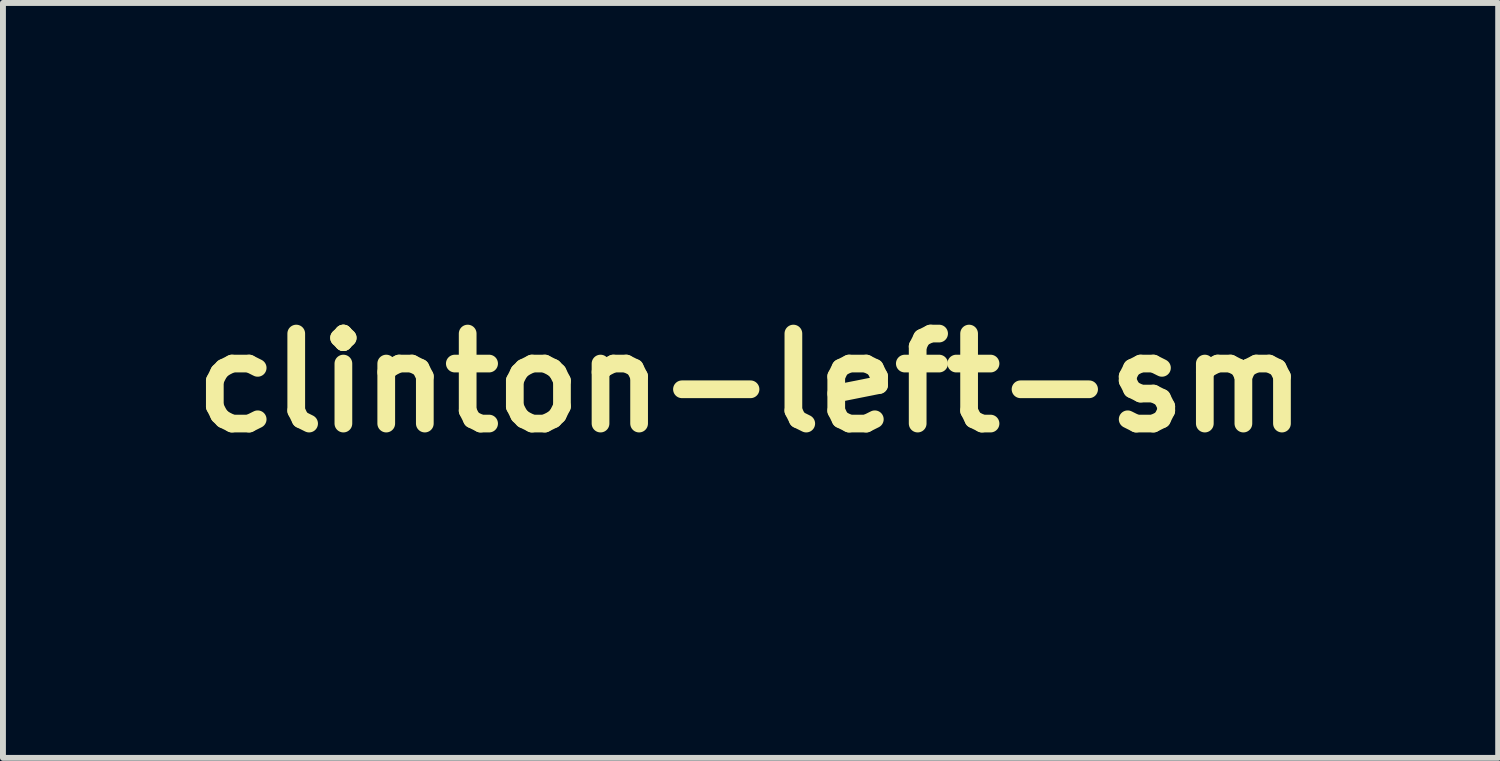
<source format=kicad_pcb>
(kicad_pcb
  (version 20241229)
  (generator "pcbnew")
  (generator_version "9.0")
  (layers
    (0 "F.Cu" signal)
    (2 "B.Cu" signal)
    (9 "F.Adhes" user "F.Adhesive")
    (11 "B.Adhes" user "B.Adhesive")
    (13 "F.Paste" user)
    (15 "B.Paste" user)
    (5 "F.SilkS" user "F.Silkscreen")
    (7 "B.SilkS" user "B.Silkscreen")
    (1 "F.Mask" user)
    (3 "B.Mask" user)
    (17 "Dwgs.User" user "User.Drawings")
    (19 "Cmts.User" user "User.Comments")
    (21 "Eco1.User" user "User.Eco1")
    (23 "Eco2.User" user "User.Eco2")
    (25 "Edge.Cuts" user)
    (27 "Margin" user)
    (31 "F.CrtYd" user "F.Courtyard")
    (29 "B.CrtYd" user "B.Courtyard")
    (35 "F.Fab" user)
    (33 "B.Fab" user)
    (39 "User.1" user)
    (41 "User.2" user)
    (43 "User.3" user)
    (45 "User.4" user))
  (footprint "clinton-left-sm"
    (layer "F.Cu")
    (at 9.659 3.433)
    (property "Reference" "clinton-left-sm" (at 0 0 0) (layer "F.SilkS") (effects (font (size 1.524 1.524) (thickness 0.3))))
    (attr through_hole)
    (fp_poly (pts (xy 2.963 -2.18) (xy 2.942 -2.159) (xy 2.921 -2.18) (xy 2.942 -2.201) (xy 2.963 -2.18)) (stroke (width 0.01) (type solid)) (fill yes) (layer "F.Mask"))
    (fp_poly (pts (xy 3.302 -2.942) (xy 3.281 -2.921) (xy 3.26 -2.942) (xy 3.281 -2.963) (xy 3.302 -2.942)) (stroke (width 0.01) (type solid)) (fill yes) (layer "F.Mask"))
    (fp_poly (pts (xy 3.387 -2.688) (xy 3.365 -2.667) (xy 3.344 -2.688) (xy 3.365 -2.709) (xy 3.387 -2.688)) (stroke (width 0.01) (type solid)) (fill yes) (layer "F.Mask"))
    (fp_poly (pts (xy 3.471 -2.688) (xy 3.45 -2.667) (xy 3.429 -2.688) (xy 3.45 -2.709) (xy 3.471 -2.688)) (stroke (width 0.01) (type solid)) (fill yes) (layer "F.Mask"))
    (fp_poly (pts (xy 4.149 -1.63) (xy 4.128 -1.609) (xy 4.106 -1.63) (xy 4.128 -1.651) (xy 4.149 -1.63)) (stroke (width 0.01) (type solid)) (fill yes) (layer "F.Mask"))
    (fp_poly (pts (xy 2.952 -2.015) (xy 2.939 -1.996) (xy 2.896 -1.993) (xy 2.851 -2.003) (xy 2.871 -2.019) (xy 2.937 -2.024) (xy 2.952 -2.015)) (stroke (width 0.01) (type solid)) (fill yes) (layer "F.Mask"))
    (fp_poly (pts (xy 3.203 0.734) (xy 3.197 0.759) (xy 3.175 0.762) (xy 3.14 0.747) (xy 3.147 0.734) (xy 3.197 0.729) (xy 3.203 0.734)) (stroke (width 0.01) (type solid)) (fill yes) (layer "F.Mask"))
    (fp_poly (pts (xy 3.44 -3.33) (xy 3.445 -3.315) (xy 3.387 -3.309) (xy 3.327 -3.315) (xy 3.334 -3.33) (xy 3.42 -3.336) (xy 3.44 -3.33)) (stroke (width 0.01) (type solid)) (fill yes) (layer "F.Mask"))
    (fp_poly (pts (xy 2.383 -1.79) (xy 2.392 -1.778) (xy 2.407 -1.74) (xy 2.367 -1.754) (xy 2.328 -1.778) (xy 2.296 -1.812) (xy 2.315 -1.82) (xy 2.383 -1.79)) (stroke (width 0.01) (type solid)) (fill yes) (layer "F.Mask"))
    (fp_poly (pts (xy 3.196 -2.667) (xy 3.151 -2.631) (xy 3.102 -2.626) (xy 3.09 -2.641) (xy 3.124 -2.668) (xy 3.156 -2.683) (xy 3.2 -2.686) (xy 3.196 -2.667)) (stroke (width 0.01) (type solid)) (fill yes) (layer "F.Mask"))
    (fp_poly (pts (xy 4.446 -2.895) (xy 4.507 -2.811) (xy 4.523 -2.74) (xy 4.499 -2.727) (xy 4.452 -2.79) (xy 4.431 -2.83) (xy 4.354 -2.985) (xy 4.446 -2.895)) (stroke (width 0.01) (type solid)) (fill yes) (layer "F.Mask"))
    (fp_poly (pts (xy 2.411 -0.985) (xy 2.413 -0.974) (xy 2.399 -0.932) (xy 2.394 -0.931) (xy 2.358 -0.961) (xy 2.349 -0.974) (xy 2.353 -1.013) (xy 2.368 -1.016) (xy 2.411 -0.985)) (stroke (width 0.01) (type solid)) (fill yes) (layer "F.Mask"))
    (fp_poly (pts (xy 2.879 -3.03) (xy 2.846 -2.996) (xy 2.794 -2.963) (xy 2.729 -2.936) (xy 2.709 -2.939) (xy 2.742 -2.973) (xy 2.794 -3.006) (xy 2.859 -3.033) (xy 2.879 -3.03)) (stroke (width 0.01) (type solid)) (fill yes) (layer "F.Mask"))
    (fp_poly (pts (xy 3.048 -1.756) (xy 3.069 -1.736) (xy 3.086 -1.703) (xy 3.061 -1.704) (xy 2.985 -1.736) (xy 2.931 -1.764) (xy 2.955 -1.774) (xy 2.971 -1.775) (xy 3.048 -1.756)) (stroke (width 0.01) (type solid)) (fill yes) (layer "F.Mask"))
    (fp_poly (pts (xy 3.089 0.923) (xy 3.106 0.953) (xy 3.119 1.008) (xy 3.115 1.016) (xy 3.08 0.988) (xy 3.048 0.953) (xy 3.022 0.901) (xy 3.038 0.889) (xy 3.089 0.923)) (stroke (width 0.01) (type solid)) (fill yes) (layer "F.Mask"))
    (fp_poly (pts (xy 3.203 -2.895) (xy 3.196 -2.879) (xy 3.14 -2.838) (xy 3.128 -2.836) (xy 3.105 -2.862) (xy 3.111 -2.879) (xy 3.168 -2.919) (xy 3.18 -2.921) (xy 3.203 -2.895)) (stroke (width 0.01) (type solid)) (fill yes) (layer "F.Mask"))
    (fp_poly (pts (xy 3.669 -2.818) (xy 3.641 -2.794) (xy 3.563 -2.758) (xy 3.535 -2.753) (xy 3.527 -2.77) (xy 3.556 -2.794) (xy 3.633 -2.83) (xy 3.662 -2.835) (xy 3.669 -2.818)) (stroke (width 0.01) (type solid)) (fill yes) (layer "F.Mask"))
    (fp_poly (pts (xy 3.754 -2.733) (xy 3.725 -2.709) (xy 3.648 -2.674) (xy 3.619 -2.668) (xy 3.612 -2.686) (xy 3.641 -2.709) (xy 3.718 -2.745) (xy 3.747 -2.75) (xy 3.754 -2.733)) (stroke (width 0.01) (type solid)) (fill yes) (layer "F.Mask"))
    (fp_poly (pts (xy 3.046 -1.925) (xy 3.09 -1.905) (xy 3.124 -1.874) (xy 3.084 -1.872) (xy 2.976 -1.901) (xy 2.963 -1.905) (xy 2.898 -1.93) (xy 2.91 -1.94) (xy 2.942 -1.942) (xy 3.046 -1.925)) (stroke (width 0.01) (type solid)) (fill yes) (layer "F.Mask"))
    (fp_poly (pts (xy 4.482 -2.262) (xy 4.451 -2.171) (xy 4.425 -2.111) (xy 4.385 -2.029) (xy 4.365 -2.024) (xy 4.362 -2.056) (xy 4.386 -2.159) (xy 4.422 -2.225) (xy 4.472 -2.28) (xy 4.482 -2.262)) (stroke (width 0.01) (type solid)) (fill yes) (layer "F.Mask"))
    (fp_poly (pts (xy 4.565 -2.558) (xy 4.567 -2.504) (xy 4.538 -2.427) (xy 4.53 -2.413) (xy 4.499 -2.379) (xy 4.488 -2.421) (xy 4.488 -2.442) (xy 4.505 -2.528) (xy 4.53 -2.561) (xy 4.565 -2.558)) (stroke (width 0.01) (type solid)) (fill yes) (layer "F.Mask"))
    (fp_poly (pts (xy 2.099 -2.292) (xy 2.128 -2.209) (xy 2.147 -2.116) (xy 2.146 -2.051) (xy 2.142 -2.043) (xy 2.111 -2.06) (xy 2.078 -2.11) (xy 2.04 -2.212) (xy 2.036 -2.294) (xy 2.069 -2.328) (xy 2.069 -2.328) (xy 2.099 -2.292)) (stroke (width 0.01) (type solid)) (fill yes) (layer "F.Mask"))
    (fp_poly (pts (xy 2.177 -2.74) (xy 2.155 -2.642) (xy 2.154 -2.638) (xy 2.116 -2.5) (xy 2.094 -2.439) (xy 2.083 -2.449) (xy 2.078 -2.525) (xy 2.078 -2.545) (xy 2.091 -2.663) (xy 2.13 -2.745) (xy 2.135 -2.75) (xy 2.171 -2.771) (xy 2.177 -2.74)) (stroke (width 0.01) (type solid)) (fill yes) (layer "F.Mask"))
    (fp_poly (pts (xy 4.064 -2.322) (xy 4.17 -2.29) (xy 4.064 -2.293) (xy 3.954 -2.292) (xy 3.915 -2.278) (xy 3.932 -2.243) (xy 3.946 -2.228) (xy 4.016 -2.188) (xy 4.053 -2.19) (xy 4.101 -2.196) (xy 4.106 -2.189) (xy 4.075 -2.15) (xy 3.999 -2.154) (xy 3.904 -2.197) (xy 3.872 -2.22) (xy 3.752 -2.316) (xy 3.855 -2.335) (xy 3.979 -2.337) (xy 4.064 -2.322)) (stroke (width 0.01) (type solid)) (fill yes) (layer "F.Mask"))
    (fp_poly (pts (xy 3.118 -3.42) (xy 3.193 -3.402) (xy 3.187 -3.381) (xy 3.101 -3.362) (xy 2.982 -3.355) (xy 2.742 -3.33) (xy 2.556 -3.262) (xy 2.4 -3.139) (xy 2.261 -2.964) (xy 2.2 -2.885) (xy 2.163 -2.856) (xy 2.159 -2.862) (xy 2.182 -2.921) (xy 2.241 -3.019) (xy 2.282 -3.078) (xy 2.455 -3.251) (xy 2.675 -3.371) (xy 2.913 -3.427) (xy 2.966 -3.428) (xy 3.118 -3.42)) (stroke (width 0.01) (type solid)) (fill yes) (layer "F.Mask"))
    (fp_poly (pts (xy 3.625 -2.915) (xy 3.722 -2.907) (xy 3.767 -2.89) (xy 3.768 -2.888) (xy 3.732 -2.867) (xy 3.646 -2.869) (xy 3.524 -2.867) (xy 3.436 -2.84) (xy 3.356 -2.817) (xy 3.325 -2.833) (xy 3.325 -2.857) (xy 3.344 -2.857) (xy 3.365 -2.836) (xy 3.387 -2.857) (xy 3.365 -2.879) (xy 3.344 -2.857) (xy 3.325 -2.857) (xy 3.324 -2.883) (xy 3.333 -2.89) (xy 3.401 -2.907) (xy 3.509 -2.915) (xy 3.625 -2.915)) (stroke (width 0.01) (type solid)) (fill yes) (layer "F.Mask"))
    (fp_poly (pts (xy 3.831 -3.359) (xy 3.992 -3.325) (xy 4.113 -3.254) (xy 4.18 -3.191) (xy 4.262 -3.097) (xy 4.312 -3.025) (xy 4.318 -3.006) (xy 4.315 -2.974) (xy 4.296 -2.976) (xy 4.249 -3.02) (xy 4.16 -3.117) (xy 4.145 -3.133) (xy 4.054 -3.229) (xy 3.977 -3.279) (xy 3.881 -3.299) (xy 3.743 -3.303) (xy 3.604 -3.307) (xy 3.544 -3.321) (xy 3.556 -3.344) (xy 3.633 -3.363) (xy 3.758 -3.366) (xy 3.831 -3.359)) (stroke (width 0.01) (type solid)) (fill yes) (layer "F.Mask"))
    (fp_poly (pts (xy 2.668 -2.064) (xy 2.708 -2.009) (xy 2.709 -1.992) (xy 2.69 -1.911) (xy 2.667 -1.884) (xy 2.628 -1.887) (xy 2.625 -1.903) (xy 2.588 -1.935) (xy 2.511 -1.947) (xy 2.433 -1.951) (xy 2.433 -1.972) (xy 2.479 -2.009) (xy 2.495 -2.018) (xy 2.554 -2.018) (xy 2.56 -1.993) (xy 2.582 -1.99) (xy 2.617 -2.005) (xy 2.611 -2.018) (xy 2.56 -2.023) (xy 2.554 -2.018) (xy 2.495 -2.018) (xy 2.585 -2.065) (xy 2.668 -2.064)) (stroke (width 0.01) (type solid)) (fill yes) (layer "F.Mask"))
    (fp_poly (pts (xy 4.38 -1.812) (xy 4.413 -1.611) (xy 4.367 -1.412) (xy 4.263 -1.25) (xy 4.193 -1.184) (xy 4.147 -1.18) (xy 4.119 -1.204) (xy 4.091 -1.265) (xy 4.129 -1.314) (xy 4.179 -1.393) (xy 4.197 -1.476) (xy 4.203 -1.547) (xy 4.212 -1.536) (xy 4.221 -1.494) (xy 4.216 -1.383) (xy 4.191 -1.304) (xy 4.172 -1.255) (xy 4.195 -1.268) (xy 4.255 -1.333) (xy 4.317 -1.414) (xy 4.346 -1.493) (xy 4.351 -1.6) (xy 4.343 -1.714) (xy 4.321 -1.968) (xy 4.38 -1.812)) (stroke (width 0.01) (type solid)) (fill yes) (layer "F.Mask"))
    (fp_poly (pts (xy 2.304 -0.266) (xy 2.444 -0.225) (xy 2.465 -0.217) (xy 2.569 -0.164) (xy 2.619 -0.123) (xy 2.608 -0.105) (xy 2.539 -0.115) (xy 2.438 -0.105) (xy 2.373 -0.065) (xy 2.292 -0.018) (xy 2.209 -0.038) (xy 2.138 -0.06) (xy 2.1 -0.019) (xy 2.1 -0.017) (xy 2.093 0.071) (xy 2.142 0.12) (xy 2.224 0.127) (xy 2.32 0.091) (xy 2.408 0.011) (xy 2.465 -0.054) (xy 2.495 -0.065) (xy 2.496 -0.059) (xy 2.473 0.005) (xy 2.415 0.094) (xy 2.41 0.1) (xy 2.307 0.184) (xy 2.194 0.21) (xy 2.097 0.173) (xy 2.082 0.157) (xy 2.056 0.084) (xy 2.044 -0.036) (xy 2.045 -0.086) (xy 2.054 -0.203) (xy 2.073 -0.243) (xy 2.08 -0.243) (xy 2.082 -0.214) (xy 2.127 -0.161) (xy 2.148 -0.144) (xy 2.224 -0.095) (xy 2.282 -0.1) (xy 2.352 -0.148) (xy 2.402 -0.191) (xy 2.386 -0.205) (xy 2.306 -0.203) (xy 2.197 -0.207) (xy 2.126 -0.227) (xy 2.08 -0.243) (xy 2.073 -0.243) (xy 2.08 -0.259) (xy 2.139 -0.278) (xy 2.18 -0.28) (xy 2.304 -0.266)) (stroke (width 0.01) (type solid)) (fill yes) (layer "F.Mask"))
    (fp_poly (pts (xy 2.65 -2.964) (xy 2.651 -2.911) (xy 2.671 -2.831) (xy 2.705 -2.803) (xy 2.742 -2.807) (xy 2.734 -2.831) (xy 2.739 -2.872) (xy 2.773 -2.879) (xy 2.818 -2.857) (xy 2.813 -2.832) (xy 2.81 -2.807) (xy 2.868 -2.831) (xy 2.871 -2.832) (xy 2.953 -2.872) (xy 2.986 -2.865) (xy 2.992 -2.815) (xy 2.967 -2.757) (xy 2.946 -2.749) (xy 2.941 -2.733) (xy 2.985 -2.709) (xy 3.038 -2.681) (xy 3.014 -2.671) (xy 2.998 -2.67) (xy 2.921 -2.689) (xy 2.9 -2.709) (xy 2.838 -2.75) (xy 2.823 -2.751) (xy 2.799 -2.739) (xy 2.828 -2.716) (xy 2.852 -2.67) (xy 2.811 -2.62) (xy 2.723 -2.581) (xy 2.632 -2.566) (xy 2.51 -2.536) (xy 2.407 -2.448) (xy 2.312 -2.295) (xy 2.26 -2.199) (xy 2.228 -2.164) (xy 2.199 -2.176) (xy 2.187 -2.187) (xy 2.159 -2.256) (xy 2.161 -2.286) (xy 2.201 -2.286) (xy 2.217 -2.251) (xy 2.23 -2.258) (xy 2.235 -2.308) (xy 2.23 -2.314) (xy 2.204 -2.308) (xy 2.201 -2.286) (xy 2.161 -2.286) (xy 2.164 -2.341) (xy 2.197 -2.403) (xy 2.223 -2.413) (xy 2.312 -2.443) (xy 2.384 -2.515) (xy 2.415 -2.599) (xy 2.406 -2.64) (xy 2.4 -2.682) (xy 2.599 -2.682) (xy 2.615 -2.599) (xy 2.654 -2.588) (xy 2.688 -2.625) (xy 2.681 -2.664) (xy 2.659 -2.67) (xy 2.646 -2.684) (xy 2.686 -2.705) (xy 2.744 -2.732) (xy 2.723 -2.749) (xy 2.684 -2.76) (xy 2.619 -2.759) (xy 2.6 -2.697) (xy 2.599 -2.682) (xy 2.4 -2.682) (xy 2.394 -2.738) (xy 2.455 -2.738) (xy 2.463 -2.71) (xy 2.466 -2.713) (xy 2.498 -2.755) (xy 2.559 -2.833) (xy 2.562 -2.836) (xy 2.646 -2.942) (xy 2.551 -2.862) (xy 2.482 -2.79) (xy 2.455 -2.738) (xy 2.394 -2.738) (xy 2.394 -2.74) (xy 2.455 -2.849) (xy 2.554 -2.933) (xy 2.626 -2.976) (xy 2.65 -2.964)) (stroke (width 0.01) (type solid)) (fill yes) (layer "F.Mask"))
    (fp_poly (pts (xy 3.404 -2.616) (xy 3.408 -2.582) (xy 3.43 -2.554) (xy 3.513 -2.526) (xy 3.536 -2.521) (xy 3.634 -2.491) (xy 3.659 -2.452) (xy 3.657 -2.447) (xy 3.664 -2.419) (xy 3.744 -2.427) (xy 3.751 -2.428) (xy 3.83 -2.444) (xy 3.834 -2.435) (xy 3.784 -2.403) (xy 3.724 -2.341) (xy 3.716 -2.291) (xy 3.713 -2.253) (xy 3.684 -2.264) (xy 3.654 -2.273) (xy 3.669 -2.226) (xy 3.685 -2.196) (xy 3.74 -2.099) (xy 3.766 -2.078) (xy 3.76 -2.135) (xy 3.757 -2.148) (xy 3.751 -2.227) (xy 3.788 -2.234) (xy 3.864 -2.17) (xy 3.873 -2.16) (xy 3.961 -2.086) (xy 4.027 -2.051) (xy 4.093 -2.013) (xy 4.106 -1.986) (xy 4.074 -1.975) (xy 3.995 -2.003) (xy 3.979 -2.011) (xy 3.895 -2.045) (xy 3.853 -2.042) (xy 3.852 -2.038) (xy 3.887 -1.998) (xy 3.973 -1.95) (xy 3.987 -1.944) (xy 4.063 -1.904) (xy 4.079 -1.876) (xy 4.074 -1.873) (xy 4.002 -1.878) (xy 3.929 -1.904) (xy 3.88 -1.924) (xy 3.895 -1.9) (xy 3.958 -1.844) (xy 4.056 -1.773) (xy 4.136 -1.735) (xy 4.149 -1.733) (xy 4.16 -1.719) (xy 4.104 -1.689) (xy 4.095 -1.686) (xy 4.02 -1.645) (xy 4.003 -1.605) (xy 4.003 -1.605) (xy 3.997 -1.569) (xy 3.983 -1.566) (xy 3.931 -1.599) (xy 3.896 -1.648) (xy 3.876 -1.715) (xy 3.921 -1.747) (xy 3.927 -1.749) (xy 3.953 -1.764) (xy 3.897 -1.773) (xy 3.889 -1.773) (xy 3.778 -1.816) (xy 3.712 -1.925) (xy 3.707 -1.947) (xy 3.728 -1.947) (xy 3.739 -1.925) (xy 3.762 -1.894) (xy 3.824 -1.829) (xy 3.852 -1.829) (xy 3.852 -1.836) (xy 3.823 -1.872) (xy 3.778 -1.91) (xy 3.728 -1.947) (xy 3.707 -1.947) (xy 3.707 -1.947) (xy 3.683 -1.998) (xy 3.668 -2.024) (xy 3.65 -2.087) (xy 3.658 -2.105) (xy 3.653 -2.152) (xy 3.614 -2.207) (xy 3.57 -2.29) (xy 3.571 -2.348) (xy 3.562 -2.42) (xy 3.48 -2.474) (xy 3.335 -2.506) (xy 3.137 -2.513) (xy 3.059 -2.508) (xy 2.91 -2.501) (xy 2.801 -2.503) (xy 2.752 -2.513) (xy 2.752 -2.515) (xy 2.788 -2.554) (xy 2.87 -2.584) (xy 2.961 -2.592) (xy 3.006 -2.581) (xy 3.092 -2.574) (xy 3.172 -2.602) (xy 3.26 -2.631) (xy 3.346 -2.635) (xy 3.404 -2.616)) (stroke (width 0.01) (type solid)) (fill yes) (layer "F.Mask"))
    (fp_poly (pts (xy 2.137 -1.835) (xy 2.079 -1.686) (xy 1.995 -1.514) (xy 1.918 -1.381) (xy 1.809 -1.206) (xy 1.91 -1.3) (xy 2.012 -1.374) (xy 2.149 -1.452) (xy 2.203 -1.477) (xy 2.341 -1.55) (xy 2.454 -1.632) (xy 2.53 -1.708) (xy 2.553 -1.768) (xy 2.533 -1.791) (xy 2.511 -1.811) (xy 2.551 -1.817) (xy 2.614 -1.802) (xy 2.611 -1.746) (xy 2.547 -1.646) (xy 2.481 -1.547) (xy 2.443 -1.472) (xy 2.393 -1.42) (xy 2.355 -1.422) (xy 2.273 -1.418) (xy 2.157 -1.373) (xy 2.035 -1.304) (xy 1.938 -1.226) (xy 1.902 -1.181) (xy 1.879 -1.089) (xy 1.909 -1.034) (xy 1.974 -1.034) (xy 2.009 -1.057) (xy 2.06 -1.088) (xy 2.074 -1.052) (xy 2.074 -1.042) (xy 2.054 -0.983) (xy 2.033 -0.974) (xy 2.011 -0.942) (xy 2.018 -0.907) (xy 2.047 -0.864) (xy 2.084 -0.896) (xy 2.11 -0.918) (xy 2.105 -0.864) (xy 2.103 -0.857) (xy 2.099 -0.792) (xy 2.114 -0.782) (xy 2.153 -0.763) (xy 2.195 -0.695) (xy 2.236 -0.596) (xy 2.236 -0.56) (xy 2.195 -0.576) (xy 2.166 -0.581) (xy 2.178 -0.554) (xy 2.219 -0.521) (xy 2.233 -0.526) (xy 2.281 -0.524) (xy 2.312 -0.504) (xy 2.382 -0.476) (xy 2.427 -0.501) (xy 2.422 -0.559) (xy 2.41 -0.575) (xy 2.351 -0.614) (xy 2.322 -0.61) (xy 2.294 -0.611) (xy 2.295 -0.621) (xy 2.282 -0.675) (xy 2.234 -0.771) (xy 2.207 -0.817) (xy 2.152 -0.922) (xy 2.135 -0.992) (xy 2.151 -1.015) (xy 2.201 -0.976) (xy 2.223 -0.949) (xy 2.269 -0.893) (xy 2.273 -0.906) (xy 2.257 -0.953) (xy 2.266 -0.972) (xy 2.32 -0.933) (xy 2.405 -0.849) (xy 2.497 -0.758) (xy 2.561 -0.707) (xy 2.582 -0.706) (xy 2.553 -0.769) (xy 2.519 -0.804) (xy 2.465 -0.868) (xy 2.455 -0.899) (xy 2.479 -0.915) (xy 2.512 -0.895) (xy 2.574 -0.868) (xy 2.597 -0.875) (xy 2.617 -0.861) (xy 2.625 -0.793) (xy 2.607 -0.687) (xy 2.554 -0.659) (xy 2.469 -0.708) (xy 2.415 -0.76) (xy 2.336 -0.833) (xy 2.283 -0.862) (xy 2.273 -0.858) (xy 2.289 -0.812) (xy 2.351 -0.729) (xy 2.407 -0.667) (xy 2.561 -0.508) (xy 2.708 -0.582) (xy 2.819 -0.659) (xy 2.922 -0.765) (xy 2.999 -0.877) (xy 3.033 -0.972) (xy 3.03 -1.003) (xy 3.033 -1.052) (xy 3.049 -1.058) (xy 3.089 -1.026) (xy 3.09 -1.016) (xy 3.123 -0.976) (xy 3.137 -0.974) (xy 3.165 -1.009) (xy 3.156 -1.087) (xy 3.142 -1.162) (xy 3.162 -1.169) (xy 3.189 -1.149) (xy 3.243 -1.082) (xy 3.274 -1.003) (xy 3.274 -0.944) (xy 3.254 -0.931) (xy 3.224 -0.899) (xy 3.226 -0.877) (xy 3.21 -0.812) (xy 3.154 -0.718) (xy 3.138 -0.697) (xy 3.074 -0.62) (xy 3.052 -0.607) (xy 3.062 -0.654) (xy 3.069 -0.677) (xy 3.11 -0.78) (xy 3.144 -0.837) (xy 3.162 -0.874) (xy 3.117 -0.864) (xy 3.058 -0.804) (xy 3.048 -0.762) (xy 3.018 -0.697) (xy 2.946 -0.606) (xy 2.854 -0.513) (xy 2.768 -0.443) (xy 2.718 -0.421) (xy 2.661 -0.413) (xy 2.554 -0.394) (xy 2.509 -0.385) (xy 2.397 -0.367) (xy 2.327 -0.362) (xy 2.317 -0.364) (xy 2.27 -0.378) (xy 2.173 -0.395) (xy 2.157 -0.397) (xy 2.01 -0.42) (xy 1.921 -0.456) (xy 1.86 -0.526) (xy 1.802 -0.651) (xy 1.793 -0.671) (xy 1.756 -0.776) (xy 1.907 -0.776) (xy 1.934 -0.674) (xy 2.003 -0.588) (xy 2.086 -0.551) (xy 2.088 -0.551) (xy 2.114 -0.563) (xy 2.091 -0.583) (xy 2.041 -0.638) (xy 2.085 -0.638) (xy 2.091 -0.635) (xy 2.129 -0.665) (xy 2.138 -0.677) (xy 2.149 -0.717) (xy 2.143 -0.72) (xy 2.104 -0.69) (xy 2.095 -0.677) (xy 2.085 -0.638) (xy 2.041 -0.638) (xy 2.04 -0.639) (xy 1.98 -0.735) (xy 1.976 -0.741) (xy 1.931 -0.819) (xy 1.911 -0.826) (xy 1.907 -0.776) (xy 1.756 -0.776) (xy 1.738 -0.826) (xy 1.727 -0.91) (xy 1.82 -0.91) (xy 1.841 -0.889) (xy 1.863 -0.91) (xy 1.841 -0.931) (xy 1.82 -0.91) (xy 1.727 -0.91) (xy 1.724 -0.935) (xy 1.739 -1.003) (xy 1.762 -1.093) (xy 1.758 -1.141) (xy 1.768 -1.19) (xy 1.81 -1.297) (xy 1.878 -1.446) (xy 1.948 -1.589) (xy 2.032 -1.748) (xy 2.1 -1.867) (xy 2.145 -1.934) (xy 2.159 -1.938) (xy 2.137 -1.835)) (stroke (width 0.01) (type solid)) (fill yes) (layer "F.Mask"))
    (fp_poly (pts (xy 1.721 -1.13) (xy 1.716 -1.081) (xy 1.676 -0.983) (xy 1.613 -0.857) (xy 1.536 -0.725) (xy 1.457 -0.608) (xy 1.457 -0.607) (xy 1.381 -0.487) (xy 1.304 -0.333) (xy 1.272 -0.259) (xy 1.215 -0.031) (xy 1.225 0.179) (xy 1.298 0.357) (xy 1.382 0.448) (xy 1.49 0.528) (xy 1.55 0.545) (xy 1.566 0.508) (xy 1.599 0.467) (xy 1.609 0.466) (xy 1.633 0.504) (xy 1.648 0.601) (xy 1.651 0.682) (xy 1.658 0.818) (xy 1.689 0.913) (xy 1.76 1.007) (xy 1.815 1.063) (xy 1.929 1.165) (xy 2.025 1.214) (xy 2.139 1.228) (xy 2.149 1.228) (xy 2.292 1.212) (xy 2.442 1.173) (xy 2.57 1.119) (xy 2.644 1.062) (xy 2.645 1.06) (xy 2.693 1.013) (xy 2.787 0.94) (xy 2.862 0.886) (xy 2.984 0.81) (xy 3.061 0.785) (xy 3.11 0.803) (xy 3.171 0.824) (xy 3.261 0.792) (xy 3.298 0.771) (xy 3.377 0.714) (xy 3.408 0.673) (xy 3.406 0.669) (xy 3.425 0.658) (xy 3.502 0.665) (xy 3.577 0.673) (xy 3.58 0.655) (xy 3.556 0.634) (xy 3.518 0.6) (xy 3.554 0.605) (xy 3.571 0.61) (xy 3.68 0.604) (xy 3.807 0.534) (xy 3.94 0.414) (xy 4.068 0.258) (xy 4.178 0.082) (xy 4.257 -0.1) (xy 4.291 -0.24) (xy 4.299 -0.386) (xy 4.278 -0.54) (xy 4.224 -0.733) (xy 4.215 -0.762) (xy 4.168 -0.912) (xy 4.138 -1.029) (xy 4.128 -1.091) (xy 4.129 -1.095) (xy 4.155 -1.075) (xy 4.185 -1.011) (xy 4.223 -0.916) (xy 4.278 -0.778) (xy 4.318 -0.677) (xy 4.381 -0.455) (xy 4.382 -0.24) (xy 4.321 -0.009) (xy 4.257 0.137) (xy 4.204 0.261) (xy 4.175 0.353) (xy 4.173 0.387) (xy 4.222 0.437) (xy 4.321 0.523) (xy 4.453 0.63) (xy 4.599 0.745) (xy 4.742 0.852) (xy 4.864 0.939) (xy 4.946 0.991) (xy 4.948 0.992) (xy 5.08 1.061) (xy 5.08 3.344) (xy 4.132 3.344) (xy 3.826 3.344) (xy 3.594 3.343) (xy 3.425 3.34) (xy 3.309 3.333) (xy 3.235 3.323) (xy 3.193 3.307) (xy 3.172 3.285) (xy 3.161 3.256) (xy 3.159 3.249) (xy 3.142 3.143) (xy 3.133 3.007) (xy 3.133 2.989) (xy 3.122 2.883) (xy 3.08 2.788) (xy 2.994 2.677) (xy 2.942 2.62) (xy 2.845 2.51) (xy 2.776 2.42) (xy 2.752 2.372) (xy 2.715 2.342) (xy 2.635 2.335) (xy 2.494 2.328) (xy 2.385 2.292) (xy 2.331 2.237) (xy 2.328 2.222) (xy 2.305 2.15) (xy 2.253 2.145) (xy 2.2 2.208) (xy 2.2 2.209) (xy 2.172 2.268) (xy 2.169 2.254) (xy 2.182 2.183) (xy 2.194 2.102) (xy 2.176 2.089) (xy 2.14 2.114) (xy 2.078 2.214) (xy 2.086 2.333) (xy 2.162 2.454) (xy 2.212 2.5) (xy 2.344 2.601) (xy 2.42 2.65) (xy 2.45 2.651) (xy 2.443 2.611) (xy 2.433 2.565) (xy 2.471 2.576) (xy 2.498 2.593) (xy 2.577 2.664) (xy 2.614 2.741) (xy 2.603 2.787) (xy 2.551 2.783) (xy 2.447 2.731) (xy 2.303 2.639) (xy 2.13 2.515) (xy 2.124 2.51) (xy 2.007 2.431) (xy 1.905 2.381) (xy 1.862 2.371) (xy 1.771 2.396) (xy 1.703 2.455) (xy 1.68 2.524) (xy 1.692 2.553) (xy 1.742 2.614) (xy 1.822 2.712) (xy 1.872 2.773) (xy 1.935 2.855) (xy 1.955 2.893) (xy 1.937 2.884) (xy 1.88 2.851) (xy 1.863 2.859) (xy 1.837 2.86) (xy 1.782 2.819) (xy 1.776 2.815) (xy 1.82 2.815) (xy 1.841 2.836) (xy 1.863 2.815) (xy 1.841 2.794) (xy 1.82 2.815) (xy 1.776 2.815) (xy 1.709 2.777) (xy 1.666 2.811) (xy 1.654 2.923) (xy 1.658 3.006) (xy 1.657 3.113) (xy 1.638 3.176) (xy 1.63 3.182) (xy 1.572 3.22) (xy 1.524 3.27) (xy 1.489 3.305) (xy 1.469 3.295) (xy 1.458 3.226) (xy 1.451 3.085) (xy 1.454 2.919) (xy 1.464 2.857) (xy 1.524 2.857) (xy 1.545 2.879) (xy 1.566 2.857) (xy 1.545 2.836) (xy 1.524 2.857) (xy 1.464 2.857) (xy 1.473 2.799) (xy 1.492 2.76) (xy 1.526 2.674) (xy 1.531 2.581) (xy 1.551 2.46) (xy 1.601 2.406) (xy 1.67 2.331) (xy 1.738 2.215) (xy 1.754 2.18) (xy 1.819 2.05) (xy 1.886 1.951) (xy 2.141 1.951) (xy 2.232 1.974) (xy 2.311 2.03) (xy 2.366 2.121) (xy 2.412 2.208) (xy 2.488 2.241) (xy 2.548 2.243) (xy 2.606 2.24) (xy 2.655 2.221) (xy 2.706 2.177) (xy 2.767 2.095) (xy 2.849 1.964) (xy 2.962 1.773) (xy 2.985 1.733) (xy 3.106 1.528) (xy 3.226 1.331) (xy 3.332 1.164) (xy 3.41 1.047) (xy 3.418 1.035) (xy 3.555 0.847) (xy 3.447 0.847) (xy 3.325 0.866) (xy 3.25 0.894) (xy 3.171 0.919) (xy 3.115 0.88) (xy 3.11 0.874) (xy 3.066 0.828) (xy 3.023 0.849) (xy 2.996 0.879) (xy 2.954 0.962) (xy 2.953 1.016) (xy 2.958 1.056) (xy 2.921 1.029) (xy 2.866 1.007) (xy 2.789 1.039) (xy 2.748 1.068) (xy 2.674 1.135) (xy 2.648 1.186) (xy 2.65 1.192) (xy 2.638 1.21) (xy 2.606 1.202) (xy 2.538 1.212) (xy 2.513 1.248) (xy 2.484 1.294) (xy 2.45 1.263) (xy 2.421 1.237) (xy 2.407 1.283) (xy 2.409 1.405) (xy 2.411 1.447) (xy 2.381 1.625) (xy 2.266 1.812) (xy 2.229 1.854) (xy 2.141 1.951) (xy 1.886 1.951) (xy 1.892 1.941) (xy 1.908 1.923) (xy 1.975 1.792) (xy 1.984 1.69) (xy 1.99 1.539) (xy 2.011 1.403) (xy 2.029 1.309) (xy 2.014 1.277) (xy 1.954 1.289) (xy 1.948 1.291) (xy 1.882 1.303) (xy 1.882 1.273) (xy 1.884 1.27) (xy 1.887 1.237) (xy 1.822 1.245) (xy 1.815 1.247) (xy 1.757 1.257) (xy 1.764 1.24) (xy 1.786 1.194) (xy 1.746 1.116) (xy 1.734 1.1) (xy 1.653 0.995) (xy 1.652 1.127) (xy 1.642 1.222) (xy 1.616 1.376) (xy 1.578 1.565) (xy 1.544 1.72) (xy 1.511 1.867) (xy 1.47 2.06) (xy 1.425 2.282) (xy 1.378 2.517) (xy 1.332 2.75) (xy 1.291 2.963) (xy 1.258 3.142) (xy 1.236 3.27) (xy 1.228 3.331) (xy 1.228 3.332) (xy 1.187 3.335) (xy 1.074 3.338) (xy 0.899 3.341) (xy 0.674 3.343) (xy 0.41 3.344) (xy 0.209 3.344) (xy -0.111 3.344) (xy -0.355 3.342) (xy -0.535 3.339) (xy -0.658 3.333) (xy -0.735 3.323) (xy -0.776 3.31) (xy -0.79 3.292) (xy -0.788 3.27) (xy -0.762 3.175) (xy -0.737 3.069) (xy -0.697 2.951) (xy -0.633 2.812) (xy -0.611 2.773) (xy -0.543 2.628) (xy -0.493 2.48) (xy -0.486 2.446) (xy -0.444 2.314) (xy -0.382 2.203) (xy -0.377 2.196) (xy -0.318 2.108) (xy -0.296 2.043) (xy -0.274 1.968) (xy -0.254 1.968) (xy -0.233 1.99) (xy -0.212 1.968) (xy -0.233 1.947) (xy -0.254 1.968) (xy -0.274 1.968) (xy -0.274 1.966) (xy -0.219 1.869) (xy -0.146 1.745) (xy -0.088 1.622) (xy -0.052 1.553) (xy 0.004 1.501) (xy 0.095 1.458) (xy 0.235 1.419) (xy 0.442 1.375) (xy 0.485 1.367) (xy 0.57 1.334) (xy 0.705 1.263) (xy 0.87 1.167) (xy 1.047 1.057) (xy 1.217 0.945) (xy 1.361 0.843) (xy 1.459 0.764) (xy 1.482 0.74) (xy 1.513 0.7) (xy 1.516 0.667) (xy 1.481 0.625) (xy 1.397 0.559) (xy 1.308 0.494) (xy 1.209 0.378) (xy 1.136 0.209) (xy 1.102 0.017) (xy 1.101 -0.022) (xy 1.106 -0.145) (xy 1.129 -0.249) (xy 1.18 -0.356) (xy 1.267 -0.489) (xy 1.376 -0.635) (xy 1.48 -0.778) (xy 1.573 -0.917) (xy 1.627 -1.009) (xy 1.678 -1.095) (xy 1.715 -1.131) (xy 1.721 -1.13)) (stroke (width 0.01) (type solid)) (fill yes) (layer "F.Mask")))
  (gr_rect
    (start -3 -3)
    (end 22.319 9.783)
    (stroke (width 0.1) (type default))
    (fill no)
    (layer "Edge.Cuts")))
</source>
